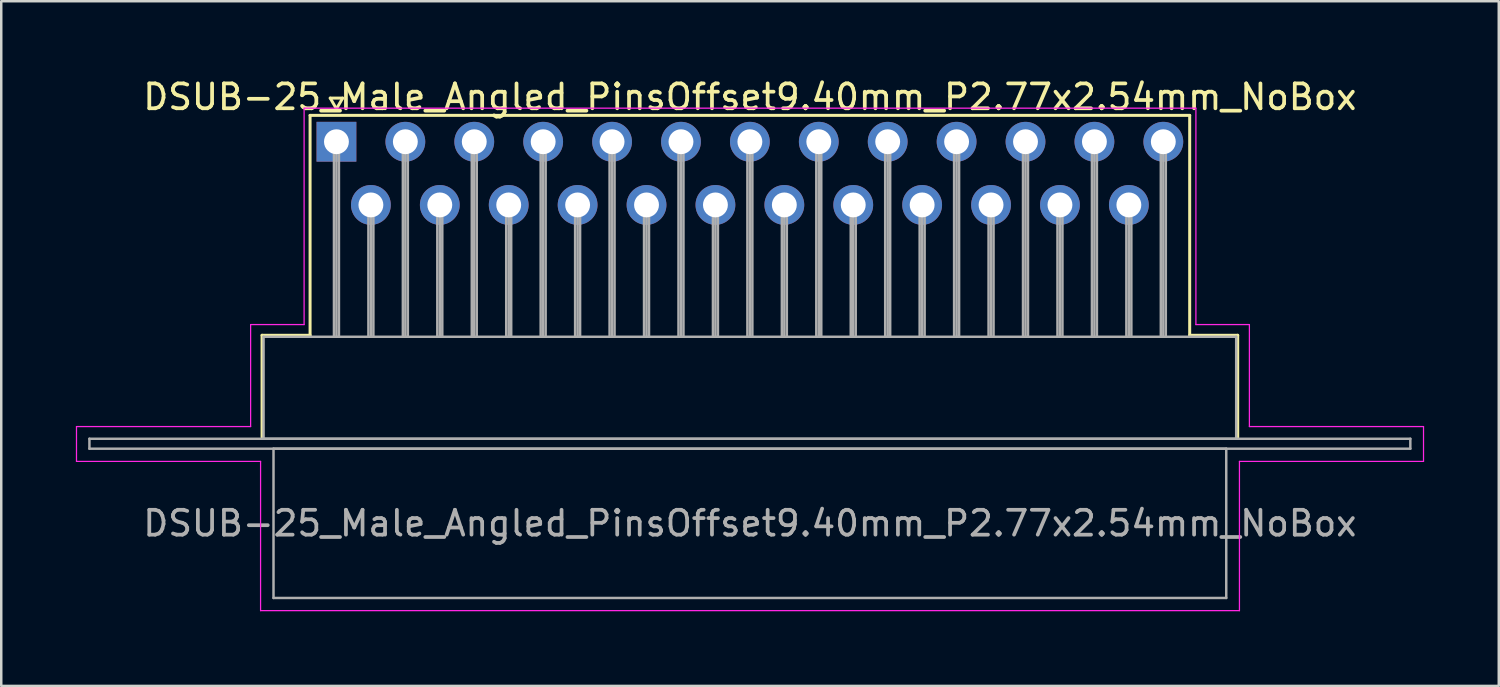
<source format=kicad_pcb>
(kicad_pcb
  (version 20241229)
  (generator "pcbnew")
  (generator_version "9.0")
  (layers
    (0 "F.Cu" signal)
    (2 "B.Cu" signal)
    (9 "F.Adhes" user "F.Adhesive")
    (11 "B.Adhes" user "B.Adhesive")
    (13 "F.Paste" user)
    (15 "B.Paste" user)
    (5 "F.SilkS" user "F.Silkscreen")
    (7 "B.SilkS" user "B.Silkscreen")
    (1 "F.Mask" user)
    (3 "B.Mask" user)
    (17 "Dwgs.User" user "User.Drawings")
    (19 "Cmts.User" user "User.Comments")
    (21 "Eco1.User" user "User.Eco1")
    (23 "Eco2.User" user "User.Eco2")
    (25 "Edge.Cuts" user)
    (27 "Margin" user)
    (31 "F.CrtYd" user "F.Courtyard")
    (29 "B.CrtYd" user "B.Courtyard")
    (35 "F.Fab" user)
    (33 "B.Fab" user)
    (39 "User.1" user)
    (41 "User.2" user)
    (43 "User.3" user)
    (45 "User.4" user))
  (footprint "DSUB-25_Male_Angled_PinsOffset9.40mm_P2.77x2.54mm_NoBox"
    (layer "F.Cu")
    (at 10.475 2.648)
    (property "Reference" "DSUB-25_Male_Angled_PinsOffset9.40mm_P2.77x2.54mm_NoBox" (at 16.62 -1.8 0) (layer "F.SilkS") (effects (font (size 1 1) (thickness 0.15))))
    (attr through_hole)
    (fp_line (start -2.99 7.78) (end -1.06 7.78) (stroke (width 0.12) (type solid)) (layer "F.SilkS"))
    (fp_line (start -2.99 11.88) (end -2.99 7.78) (stroke (width 0.12) (type solid)) (layer "F.SilkS"))
    (fp_line (start -1.06 -1.06) (end 34.3 -1.06) (stroke (width 0.12) (type solid)) (layer "F.SilkS"))
    (fp_line (start -1.06 7.78) (end -1.06 -1.06) (stroke (width 0.12) (type solid)) (layer "F.SilkS"))
    (fp_line (start -0.25 -1.754) (end 0.25 -1.754) (stroke (width 0.12) (type solid)) (layer "F.SilkS"))
    (fp_line (start 0 -1.321) (end -0.25 -1.754) (stroke (width 0.12) (type solid)) (layer "F.SilkS"))
    (fp_line (start 0.25 -1.754) (end 0 -1.321) (stroke (width 0.12) (type solid)) (layer "F.SilkS"))
    (fp_line (start 34.3 -1.06) (end 34.3 7.78) (stroke (width 0.12) (type solid)) (layer "F.SilkS"))
    (fp_line (start 34.3 7.78) (end 36.23 7.78) (stroke (width 0.12) (type solid)) (layer "F.SilkS"))
    (fp_line (start 36.23 7.78) (end 36.23 11.88) (stroke (width 0.12) (type solid)) (layer "F.SilkS"))
    (fp_line (start -10.45 11.45) (end -3.45 11.45) (stroke (width 0.05) (type solid)) (layer "F.CrtYd"))
    (fp_line (start -10.45 12.85) (end -10.45 11.45) (stroke (width 0.05) (type solid)) (layer "F.CrtYd"))
    (fp_line (start -3.45 7.35) (end -1.3 7.35) (stroke (width 0.05) (type solid)) (layer "F.CrtYd"))
    (fp_line (start -3.45 11.45) (end -3.45 7.35) (stroke (width 0.05) (type solid)) (layer "F.CrtYd"))
    (fp_line (start -3.05 12.85) (end -10.45 12.85) (stroke (width 0.05) (type solid)) (layer "F.CrtYd"))
    (fp_line (start -3.05 18.85) (end -3.05 12.85) (stroke (width 0.05) (type solid)) (layer "F.CrtYd"))
    (fp_line (start -1.3 -1.35) (end 34.55 -1.35) (stroke (width 0.05) (type solid)) (layer "F.CrtYd"))
    (fp_line (start -1.3 7.35) (end -1.3 -1.35) (stroke (width 0.05) (type solid)) (layer "F.CrtYd"))
    (fp_line (start 34.55 -1.35) (end 34.55 7.35) (stroke (width 0.05) (type solid)) (layer "F.CrtYd"))
    (fp_line (start 34.55 7.35) (end 36.7 7.35) (stroke (width 0.05) (type solid)) (layer "F.CrtYd"))
    (fp_line (start 36.3 12.85) (end 36.3 18.85) (stroke (width 0.05) (type solid)) (layer "F.CrtYd"))
    (fp_line (start 36.3 18.85) (end -3.05 18.85) (stroke (width 0.05) (type solid)) (layer "F.CrtYd"))
    (fp_line (start 36.7 7.35) (end 36.7 11.45) (stroke (width 0.05) (type solid)) (layer "F.CrtYd"))
    (fp_line (start 36.7 11.45) (end 43.7 11.45) (stroke (width 0.05) (type solid)) (layer "F.CrtYd"))
    (fp_line (start 43.7 11.45) (end 43.7 12.85) (stroke (width 0.05) (type solid)) (layer "F.CrtYd"))
    (fp_line (start 43.7 12.85) (end 36.3 12.85) (stroke (width 0.05) (type solid)) (layer "F.CrtYd"))
    (fp_line (start -9.93 11.94) (end -9.93 12.34) (stroke (width 0.1) (type solid)) (layer "F.Fab"))
    (fp_line (start -9.93 12.34) (end 43.17 12.34) (stroke (width 0.1) (type solid)) (layer "F.Fab"))
    (fp_line (start -2.93 7.84) (end -2.93 11.94) (stroke (width 0.1) (type solid)) (layer "F.Fab"))
    (fp_line (start -2.93 11.94) (end 36.17 11.94) (stroke (width 0.1) (type solid)) (layer "F.Fab"))
    (fp_line (start -2.53 12.34) (end -2.53 18.34) (stroke (width 0.1) (type solid)) (layer "F.Fab"))
    (fp_line (start -2.53 18.34) (end 35.77 18.34) (stroke (width 0.1) (type solid)) (layer "F.Fab"))
    (fp_line (start -0.1 0) (end -0.1 7.84) (stroke (width 0.1) (type solid)) (layer "F.Fab"))
    (fp_line (start 0 0) (end 0 7.84) (stroke (width 0.1) (type solid)) (layer "F.Fab"))
    (fp_line (start 0.1 0) (end 0.1 7.84) (stroke (width 0.1) (type solid)) (layer "F.Fab"))
    (fp_line (start 1.285 2.54) (end 1.285 7.84) (stroke (width 0.1) (type solid)) (layer "F.Fab"))
    (fp_line (start 1.385 2.54) (end 1.385 7.84) (stroke (width 0.1) (type solid)) (layer "F.Fab"))
    (fp_line (start 1.485 2.54) (end 1.485 7.84) (stroke (width 0.1) (type solid)) (layer "F.Fab"))
    (fp_line (start 2.67 0) (end 2.67 7.84) (stroke (width 0.1) (type solid)) (layer "F.Fab"))
    (fp_line (start 2.77 0) (end 2.77 7.84) (stroke (width 0.1) (type solid)) (layer "F.Fab"))
    (fp_line (start 2.87 0) (end 2.87 7.84) (stroke (width 0.1) (type solid)) (layer "F.Fab"))
    (fp_line (start 4.055 2.54) (end 4.055 7.84) (stroke (width 0.1) (type solid)) (layer "F.Fab"))
    (fp_line (start 4.155 2.54) (end 4.155 7.84) (stroke (width 0.1) (type solid)) (layer "F.Fab"))
    (fp_line (start 4.255 2.54) (end 4.255 7.84) (stroke (width 0.1) (type solid)) (layer "F.Fab"))
    (fp_line (start 5.44 0) (end 5.44 7.84) (stroke (width 0.1) (type solid)) (layer "F.Fab"))
    (fp_line (start 5.54 0) (end 5.54 7.84) (stroke (width 0.1) (type solid)) (layer "F.Fab"))
    (fp_line (start 5.64 0) (end 5.64 7.84) (stroke (width 0.1) (type solid)) (layer "F.Fab"))
    (fp_line (start 6.825 2.54) (end 6.825 7.84) (stroke (width 0.1) (type solid)) (layer "F.Fab"))
    (fp_line (start 6.925 2.54) (end 6.925 7.84) (stroke (width 0.1) (type solid)) (layer "F.Fab"))
    (fp_line (start 7.025 2.54) (end 7.025 7.84) (stroke (width 0.1) (type solid)) (layer "F.Fab"))
    (fp_line (start 8.21 0) (end 8.21 7.84) (stroke (width 0.1) (type solid)) (layer "F.Fab"))
    (fp_line (start 8.31 0) (end 8.31 7.84) (stroke (width 0.1) (type solid)) (layer "F.Fab"))
    (fp_line (start 8.41 0) (end 8.41 7.84) (stroke (width 0.1) (type solid)) (layer "F.Fab"))
    (fp_line (start 9.595 2.54) (end 9.595 7.84) (stroke (width 0.1) (type solid)) (layer "F.Fab"))
    (fp_line (start 9.695 2.54) (end 9.695 7.84) (stroke (width 0.1) (type solid)) (layer "F.Fab"))
    (fp_line (start 9.795 2.54) (end 9.795 7.84) (stroke (width 0.1) (type solid)) (layer "F.Fab"))
    (fp_line (start 10.98 0) (end 10.98 7.84) (stroke (width 0.1) (type solid)) (layer "F.Fab"))
    (fp_line (start 11.08 0) (end 11.08 7.84) (stroke (width 0.1) (type solid)) (layer "F.Fab"))
    (fp_line (start 11.18 0) (end 11.18 7.84) (stroke (width 0.1) (type solid)) (layer "F.Fab"))
    (fp_line (start 12.365 2.54) (end 12.365 7.84) (stroke (width 0.1) (type solid)) (layer "F.Fab"))
    (fp_line (start 12.465 2.54) (end 12.465 7.84) (stroke (width 0.1) (type solid)) (layer "F.Fab"))
    (fp_line (start 12.565 2.54) (end 12.565 7.84) (stroke (width 0.1) (type solid)) (layer "F.Fab"))
    (fp_line (start 13.75 0) (end 13.75 7.84) (stroke (width 0.1) (type solid)) (layer "F.Fab"))
    (fp_line (start 13.85 0) (end 13.85 7.84) (stroke (width 0.1) (type solid)) (layer "F.Fab"))
    (fp_line (start 13.95 0) (end 13.95 7.84) (stroke (width 0.1) (type solid)) (layer "F.Fab"))
    (fp_line (start 15.135 2.54) (end 15.135 7.84) (stroke (width 0.1) (type solid)) (layer "F.Fab"))
    (fp_line (start 15.235 2.54) (end 15.235 7.84) (stroke (width 0.1) (type solid)) (layer "F.Fab"))
    (fp_line (start 15.335 2.54) (end 15.335 7.84) (stroke (width 0.1) (type solid)) (layer "F.Fab"))
    (fp_line (start 16.52 0) (end 16.52 7.84) (stroke (width 0.1) (type solid)) (layer "F.Fab"))
    (fp_line (start 16.62 0) (end 16.62 7.84) (stroke (width 0.1) (type solid)) (layer "F.Fab"))
    (fp_line (start 16.72 0) (end 16.72 7.84) (stroke (width 0.1) (type solid)) (layer "F.Fab"))
    (fp_line (start 17.905 2.54) (end 17.905 7.84) (stroke (width 0.1) (type solid)) (layer "F.Fab"))
    (fp_line (start 18.005 2.54) (end 18.005 7.84) (stroke (width 0.1) (type solid)) (layer "F.Fab"))
    (fp_line (start 18.105 2.54) (end 18.105 7.84) (stroke (width 0.1) (type solid)) (layer "F.Fab"))
    (fp_line (start 19.29 0) (end 19.29 7.84) (stroke (width 0.1) (type solid)) (layer "F.Fab"))
    (fp_line (start 19.39 0) (end 19.39 7.84) (stroke (width 0.1) (type solid)) (layer "F.Fab"))
    (fp_line (start 19.49 0) (end 19.49 7.84) (stroke (width 0.1) (type solid)) (layer "F.Fab"))
    (fp_line (start 20.675 2.54) (end 20.675 7.84) (stroke (width 0.1) (type solid)) (layer "F.Fab"))
    (fp_line (start 20.775 2.54) (end 20.775 7.84) (stroke (width 0.1) (type solid)) (layer "F.Fab"))
    (fp_line (start 20.875 2.54) (end 20.875 7.84) (stroke (width 0.1) (type solid)) (layer "F.Fab"))
    (fp_line (start 22.06 0) (end 22.06 7.84) (stroke (width 0.1) (type solid)) (layer "F.Fab"))
    (fp_line (start 22.16 0) (end 22.16 7.84) (stroke (width 0.1) (type solid)) (layer "F.Fab"))
    (fp_line (start 22.26 0) (end 22.26 7.84) (stroke (width 0.1) (type solid)) (layer "F.Fab"))
    (fp_line (start 23.445 2.54) (end 23.445 7.84) (stroke (width 0.1) (type solid)) (layer "F.Fab"))
    (fp_line (start 23.545 2.54) (end 23.545 7.84) (stroke (width 0.1) (type solid)) (layer "F.Fab"))
    (fp_line (start 23.645 2.54) (end 23.645 7.84) (stroke (width 0.1) (type solid)) (layer "F.Fab"))
    (fp_line (start 24.83 0) (end 24.83 7.84) (stroke (width 0.1) (type solid)) (layer "F.Fab"))
    (fp_line (start 24.93 0) (end 24.93 7.84) (stroke (width 0.1) (type solid)) (layer "F.Fab"))
    (fp_line (start 25.03 0) (end 25.03 7.84) (stroke (width 0.1) (type solid)) (layer "F.Fab"))
    (fp_line (start 26.215 2.54) (end 26.215 7.84) (stroke (width 0.1) (type solid)) (layer "F.Fab"))
    (fp_line (start 26.315 2.54) (end 26.315 7.84) (stroke (width 0.1) (type solid)) (layer "F.Fab"))
    (fp_line (start 26.415 2.54) (end 26.415 7.84) (stroke (width 0.1) (type solid)) (layer "F.Fab"))
    (fp_line (start 27.6 0) (end 27.6 7.84) (stroke (width 0.1) (type solid)) (layer "F.Fab"))
    (fp_line (start 27.7 0) (end 27.7 7.84) (stroke (width 0.1) (type solid)) (layer "F.Fab"))
    (fp_line (start 27.8 0) (end 27.8 7.84) (stroke (width 0.1) (type solid)) (layer "F.Fab"))
    (fp_line (start 28.985 2.54) (end 28.985 7.84) (stroke (width 0.1) (type solid)) (layer "F.Fab"))
    (fp_line (start 29.085 2.54) (end 29.085 7.84) (stroke (width 0.1) (type solid)) (layer "F.Fab"))
    (fp_line (start 29.185 2.54) (end 29.185 7.84) (stroke (width 0.1) (type solid)) (layer "F.Fab"))
    (fp_line (start 30.37 0) (end 30.37 7.84) (stroke (width 0.1) (type solid)) (layer "F.Fab"))
    (fp_line (start 30.47 0) (end 30.47 7.84) (stroke (width 0.1) (type solid)) (layer "F.Fab"))
    (fp_line (start 30.57 0) (end 30.57 7.84) (stroke (width 0.1) (type solid)) (layer "F.Fab"))
    (fp_line (start 31.755 2.54) (end 31.755 7.84) (stroke (width 0.1) (type solid)) (layer "F.Fab"))
    (fp_line (start 31.855 2.54) (end 31.855 7.84) (stroke (width 0.1) (type solid)) (layer "F.Fab"))
    (fp_line (start 31.955 2.54) (end 31.955 7.84) (stroke (width 0.1) (type solid)) (layer "F.Fab"))
    (fp_line (start 33.14 0) (end 33.14 7.84) (stroke (width 0.1) (type solid)) (layer "F.Fab"))
    (fp_line (start 33.24 0) (end 33.24 7.84) (stroke (width 0.1) (type solid)) (layer "F.Fab"))
    (fp_line (start 33.34 0) (end 33.34 7.84) (stroke (width 0.1) (type solid)) (layer "F.Fab"))
    (fp_line (start 35.77 12.34) (end -2.53 12.34) (stroke (width 0.1) (type solid)) (layer "F.Fab"))
    (fp_line (start 35.77 18.34) (end 35.77 12.34) (stroke (width 0.1) (type solid)) (layer "F.Fab"))
    (fp_line (start 36.17 7.84) (end -2.93 7.84) (stroke (width 0.1) (type solid)) (layer "F.Fab"))
    (fp_line (start 36.17 11.94) (end 36.17 7.84) (stroke (width 0.1) (type solid)) (layer "F.Fab"))
    (fp_line (start 43.17 11.94) (end -9.93 11.94) (stroke (width 0.1) (type solid)) (layer "F.Fab"))
    (fp_line (start 43.17 12.34) (end 43.17 11.94) (stroke (width 0.1) (type solid)) (layer "F.Fab"))
    (fp_text user "${REFERENCE}" (at 16.62 15.34 0) (layer "F.Fab") (effects (font (size 1 1) (thickness 0.15))))
    (pad "1" thru_hole rect (at 0 0) (size 1.6 1.6) (drill 1) (layers "*.Cu" "*.Mask"))
    (pad "2" thru_hole circle (at 2.77 0) (size 1.6 1.6) (drill 1) (layers "*.Cu" "*.Mask"))
    (pad "3" thru_hole circle (at 5.54 0) (size 1.6 1.6) (drill 1) (layers "*.Cu" "*.Mask"))
    (pad "4" thru_hole circle (at 8.31 0) (size 1.6 1.6) (drill 1) (layers "*.Cu" "*.Mask"))
    (pad "5" thru_hole circle (at 11.08 0) (size 1.6 1.6) (drill 1) (layers "*.Cu" "*.Mask"))
    (pad "6" thru_hole circle (at 13.85 0) (size 1.6 1.6) (drill 1) (layers "*.Cu" "*.Mask"))
    (pad "7" thru_hole circle (at 16.62 0) (size 1.6 1.6) (drill 1) (layers "*.Cu" "*.Mask"))
    (pad "8" thru_hole circle (at 19.39 0) (size 1.6 1.6) (drill 1) (layers "*.Cu" "*.Mask"))
    (pad "9" thru_hole circle (at 22.16 0) (size 1.6 1.6) (drill 1) (layers "*.Cu" "*.Mask"))
    (pad "10" thru_hole circle (at 24.93 0) (size 1.6 1.6) (drill 1) (layers "*.Cu" "*.Mask"))
    (pad "11" thru_hole circle (at 27.7 0) (size 1.6 1.6) (drill 1) (layers "*.Cu" "*.Mask"))
    (pad "12" thru_hole circle (at 30.47 0) (size 1.6 1.6) (drill 1) (layers "*.Cu" "*.Mask"))
    (pad "13" thru_hole circle (at 33.24 0) (size 1.6 1.6) (drill 1) (layers "*.Cu" "*.Mask"))
    (pad "14" thru_hole circle (at 1.385 2.54) (size 1.6 1.6) (drill 1) (layers "*.Cu" "*.Mask"))
    (pad "15" thru_hole circle (at 4.155 2.54) (size 1.6 1.6) (drill 1) (layers "*.Cu" "*.Mask"))
    (pad "16" thru_hole circle (at 6.925 2.54) (size 1.6 1.6) (drill 1) (layers "*.Cu" "*.Mask"))
    (pad "17" thru_hole circle (at 9.695 2.54) (size 1.6 1.6) (drill 1) (layers "*.Cu" "*.Mask"))
    (pad "18" thru_hole circle (at 12.465 2.54) (size 1.6 1.6) (drill 1) (layers "*.Cu" "*.Mask"))
    (pad "19" thru_hole circle (at 15.235 2.54) (size 1.6 1.6) (drill 1) (layers "*.Cu" "*.Mask"))
    (pad "20" thru_hole circle (at 18.005 2.54) (size 1.6 1.6) (drill 1) (layers "*.Cu" "*.Mask"))
    (pad "21" thru_hole circle (at 20.775 2.54) (size 1.6 1.6) (drill 1) (layers "*.Cu" "*.Mask"))
    (pad "22" thru_hole circle (at 23.545 2.54) (size 1.6 1.6) (drill 1) (layers "*.Cu" "*.Mask"))
    (pad "23" thru_hole circle (at 26.315 2.54) (size 1.6 1.6) (drill 1) (layers "*.Cu" "*.Mask"))
    (pad "24" thru_hole circle (at 29.085 2.54) (size 1.6 1.6) (drill 1) (layers "*.Cu" "*.Mask"))
    (pad "25" thru_hole circle (at 31.855 2.54) (size 1.6 1.6) (drill 1) (layers "*.Cu" "*.Mask")))
  (gr_rect
    (start -3 -3)
    (end 57.2 24.523)
    (stroke (width 0.1) (type default))
    (fill no)
    (layer "Edge.Cuts")))
</source>
